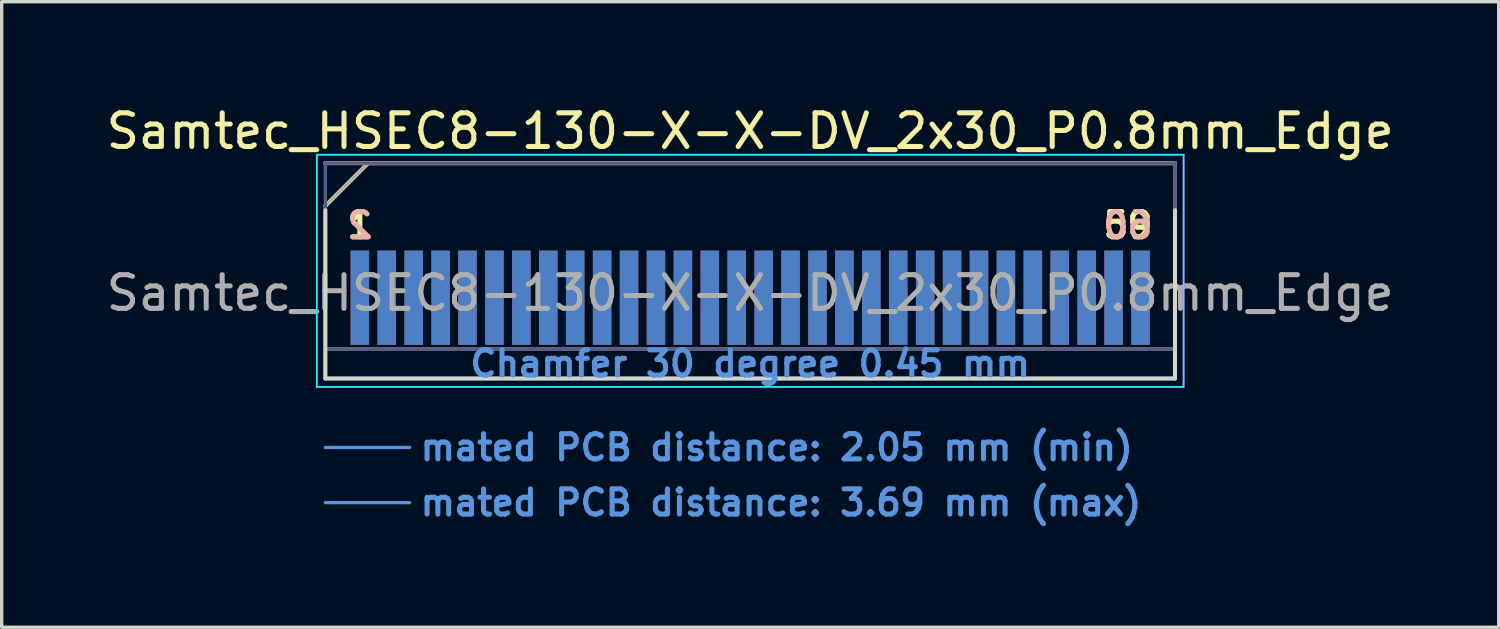
<source format=kicad_pcb>
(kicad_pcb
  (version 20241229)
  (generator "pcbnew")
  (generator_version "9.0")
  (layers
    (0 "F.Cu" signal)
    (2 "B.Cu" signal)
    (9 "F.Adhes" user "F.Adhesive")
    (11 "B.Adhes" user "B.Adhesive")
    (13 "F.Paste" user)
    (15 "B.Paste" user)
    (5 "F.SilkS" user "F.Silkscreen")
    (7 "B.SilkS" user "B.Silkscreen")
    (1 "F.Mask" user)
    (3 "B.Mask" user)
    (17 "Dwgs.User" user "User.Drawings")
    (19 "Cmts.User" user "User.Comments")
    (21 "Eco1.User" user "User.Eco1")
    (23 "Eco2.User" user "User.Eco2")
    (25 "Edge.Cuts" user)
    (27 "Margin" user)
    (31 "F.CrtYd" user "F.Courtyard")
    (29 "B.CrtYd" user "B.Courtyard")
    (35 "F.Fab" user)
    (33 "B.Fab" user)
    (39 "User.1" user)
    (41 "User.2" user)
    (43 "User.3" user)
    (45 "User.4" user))
  (footprint "Samtec_HSEC8-130-X-X-DV_2x30_P0.8mm_Edge"
    (layer "F.Cu")
    (at 19.244 8.198)
    (property "Reference" "Samtec_HSEC8-130-X-X-DV_2x30_P0.8mm_Edge" (at 0 -7.35 0) (layer "F.SilkS") (effects (font (size 1 1) (thickness 0.15))))
    (attr exclude_from_pos_files exclude_from_bom)
    (fp_line (start -12.625 -5.13) (end -11.355 -6.4) (stroke (width 0.12) (type solid)) (layer "F.SilkS"))
    (fp_line (start -11.355 -6.4) (end 12.625 -6.4) (stroke (width 0.12) (type solid)) (layer "F.SilkS"))
    (fp_line (start -12.625 -6.4) (end -12.625 -6.4) (stroke (width 0.12) (type solid)) (layer "B.SilkS"))
    (fp_line (start -12.625 -6.4) (end 12.625 -6.4) (stroke (width 0.12) (type solid)) (layer "B.SilkS"))
    (fp_line (start -12.625 2.05) (end -10.125 2.05) (stroke (width 0.1) (type solid)) (layer "Cmts.User"))
    (fp_line (start -12.625 3.69) (end -10.125 3.69) (stroke (width 0.1) (type solid)) (layer "Cmts.User"))
    (fp_line (start -12.625 -5) (end -12.625 0) (stroke (width 0.12) (type solid)) (layer "Edge.Cuts"))
    (fp_line (start -12.625 0) (end 12.625 0) (stroke (width 0.12) (type solid)) (layer "Edge.Cuts"))
    (fp_line (start 12.625 0) (end 12.625 -5) (stroke (width 0.12) (type solid)) (layer "Edge.Cuts"))
    (fp_line (start -12.88 -6.65) (end -12.88 0.25) (stroke (width 0.05) (type solid)) (layer "B.CrtYd"))
    (fp_line (start -12.88 0.25) (end 12.88 0.25) (stroke (width 0.05) (type solid)) (layer "B.CrtYd"))
    (fp_line (start 12.88 -6.65) (end -12.88 -6.65) (stroke (width 0.05) (type solid)) (layer "B.CrtYd"))
    (fp_line (start 12.88 0.25) (end 12.88 -6.65) (stroke (width 0.05) (type solid)) (layer "B.CrtYd"))
    (fp_line (start -12.88 -6.65) (end -12.88 0.25) (stroke (width 0.05) (type solid)) (layer "F.CrtYd"))
    (fp_line (start -12.88 0.25) (end 12.88 0.25) (stroke (width 0.05) (type solid)) (layer "F.CrtYd"))
    (fp_line (start 12.88 -6.65) (end -12.88 -6.65) (stroke (width 0.05) (type solid)) (layer "F.CrtYd"))
    (fp_line (start 12.88 0.25) (end 12.88 -6.65) (stroke (width 0.05) (type solid)) (layer "F.CrtYd"))
    (fp_line (start -12.625 -6.4) (end -12.625 -6.4) (stroke (width 0.1) (type solid)) (layer "B.Fab"))
    (fp_line (start -12.625 -6.4) (end -12.625 0) (stroke (width 0.1) (type solid)) (layer "B.Fab"))
    (fp_line (start -12.625 -6.4) (end 12.625 -6.4) (stroke (width 0.1) (type solid)) (layer "B.Fab"))
    (fp_line (start -12.625 -0.88) (end 12.625 -0.88) (stroke (width 0.1) (type solid)) (layer "B.Fab"))
    (fp_line (start -12.625 0) (end 12.625 0) (stroke (width 0.1) (type solid)) (layer "B.Fab"))
    (fp_line (start 12.625 -6.4) (end 12.625 0) (stroke (width 0.1) (type solid)) (layer "B.Fab"))
    (fp_line (start -12.625 -5.13) (end -12.625 0) (stroke (width 0.1) (type solid)) (layer "F.Fab"))
    (fp_line (start -12.625 -5.13) (end -11.355 -6.4) (stroke (width 0.1) (type solid)) (layer "F.Fab"))
    (fp_line (start -12.625 -0.88) (end 12.625 -0.88) (stroke (width 0.1) (type solid)) (layer "F.Fab"))
    (fp_line (start -12.625 0) (end 12.625 0) (stroke (width 0.1) (type solid)) (layer "F.Fab"))
    (fp_line (start -11.355 -6.4) (end 12.625 -6.4) (stroke (width 0.1) (type solid)) (layer "F.Fab"))
    (fp_line (start 12.625 -6.4) (end 12.625 0) (stroke (width 0.1) (type solid)) (layer "F.Fab"))
    (fp_text user "1" (at -11.6 -4.55 0) (layer "F.SilkS") (effects (font (size 0.75 0.75) (thickness 0.15))))
    (fp_text user "59" (at 11.225 -4.55 0) (layer "F.SilkS") (effects (font (size 0.75 0.75) (thickness 0.15))))
    (fp_text user "60" (at 11.225 -4.55 0) (layer "B.SilkS") (effects (font (size 0.75 0.75) (thickness 0.15)) (justify mirror)))
    (fp_text user "2" (at -11.6 -4.55 0) (layer "B.SilkS") (effects (font (size 0.75 0.75) (thickness 0.15)) (justify mirror)))
    (fp_text user "mated PCB distance: 3.69 mm (max)" (at -9.88 3.69 0) (layer "Cmts.User") (effects (font (size 0.75 0.75) (thickness 0.15)) (justify left)))
    (fp_text user "mated PCB distance: 2.05 mm (min)" (at -9.88 2.05 0) (layer "Cmts.User") (effects (font (size 0.75 0.75) (thickness 0.15)) (justify left)))
    (fp_text user "Chamfer 30 degree 0.45 mm" (at 0 -0.44 0) (layer "Cmts.User") (effects (font (size 0.75 0.75) (thickness 0.15))))
    (fp_text user "${REFERENCE}" (at 0 -2.54 0) (layer "F.Fab") (effects (font (size 1 1) (thickness 0.15))))
    (pad "1" connect rect (at -11.6 -2.4) (size 0.55 2.8) (layers "F.Cu" "F.Mask"))
    (pad "2" connect rect (at -11.6 -2.4) (size 0.55 2.8) (layers "B.Cu" "B.Mask"))
    (pad "3" connect rect (at -10.8 -2.4) (size 0.55 2.8) (layers "F.Cu" "F.Mask"))
    (pad "4" connect rect (at -10.8 -2.4) (size 0.55 2.8) (layers "B.Cu" "B.Mask"))
    (pad "5" connect rect (at -10 -2.4) (size 0.55 2.8) (layers "F.Cu" "F.Mask"))
    (pad "6" connect rect (at -10 -2.4) (size 0.55 2.8) (layers "B.Cu" "B.Mask"))
    (pad "7" connect rect (at -9.2 -2.4) (size 0.55 2.8) (layers "F.Cu" "F.Mask"))
    (pad "8" connect rect (at -9.2 -2.4) (size 0.55 2.8) (layers "B.Cu" "B.Mask"))
    (pad "9" connect rect (at -8.4 -2.4) (size 0.55 2.8) (layers "F.Cu" "F.Mask"))
    (pad "10" connect rect (at -8.4 -2.4) (size 0.55 2.8) (layers "B.Cu" "B.Mask"))
    (pad "11" connect rect (at -7.6 -2.4) (size 0.55 2.8) (layers "F.Cu" "F.Mask"))
    (pad "12" connect rect (at -7.6 -2.4) (size 0.55 2.8) (layers "B.Cu" "B.Mask"))
    (pad "13" connect rect (at -6.8 -2.4) (size 0.55 2.8) (layers "F.Cu" "F.Mask"))
    (pad "14" connect rect (at -6.8 -2.4) (size 0.55 2.8) (layers "B.Cu" "B.Mask"))
    (pad "15" connect rect (at -6 -2.4) (size 0.55 2.8) (layers "F.Cu" "F.Mask"))
    (pad "16" connect rect (at -6 -2.4) (size 0.55 2.8) (layers "B.Cu" "B.Mask"))
    (pad "17" connect rect (at -5.2 -2.4) (size 0.55 2.8) (layers "F.Cu" "F.Mask"))
    (pad "18" connect rect (at -5.2 -2.4) (size 0.55 2.8) (layers "B.Cu" "B.Mask"))
    (pad "19" connect rect (at -4.4 -2.4) (size 0.55 2.8) (layers "F.Cu" "F.Mask"))
    (pad "20" connect rect (at -4.4 -2.4) (size 0.55 2.8) (layers "B.Cu" "B.Mask"))
    (pad "21" connect rect (at -3.6 -2.4) (size 0.55 2.8) (layers "F.Cu" "F.Mask"))
    (pad "22" connect rect (at -3.6 -2.4) (size 0.55 2.8) (layers "B.Cu" "B.Mask"))
    (pad "23" connect rect (at -2.8 -2.4) (size 0.55 2.8) (layers "F.Cu" "F.Mask"))
    (pad "24" connect rect (at -2.8 -2.4) (size 0.55 2.8) (layers "B.Cu" "B.Mask"))
    (pad "25" connect rect (at -2 -2.4) (size 0.55 2.8) (layers "F.Cu" "F.Mask"))
    (pad "26" connect rect (at -2 -2.4) (size 0.55 2.8) (layers "B.Cu" "B.Mask"))
    (pad "27" connect rect (at -1.2 -2.4) (size 0.55 2.8) (layers "F.Cu" "F.Mask"))
    (pad "28" connect rect (at -1.2 -2.4) (size 0.55 2.8) (layers "B.Cu" "B.Mask"))
    (pad "29" connect rect (at -0.4 -2.4) (size 0.55 2.8) (layers "F.Cu" "F.Mask"))
    (pad "30" connect rect (at -0.4 -2.4) (size 0.55 2.8) (layers "B.Cu" "B.Mask"))
    (pad "31" connect rect (at 0.4 -2.4) (size 0.55 2.8) (layers "F.Cu" "F.Mask"))
    (pad "32" connect rect (at 0.4 -2.4) (size 0.55 2.8) (layers "B.Cu" "B.Mask"))
    (pad "33" connect rect (at 1.2 -2.4) (size 0.55 2.8) (layers "F.Cu" "F.Mask"))
    (pad "34" connect rect (at 1.2 -2.4) (size 0.55 2.8) (layers "B.Cu" "B.Mask"))
    (pad "35" connect rect (at 2 -2.4) (size 0.55 2.8) (layers "F.Cu" "F.Mask"))
    (pad "36" connect rect (at 2 -2.4) (size 0.55 2.8) (layers "B.Cu" "B.Mask"))
    (pad "37" connect rect (at 2.8 -2.4) (size 0.55 2.8) (layers "F.Cu" "F.Mask"))
    (pad "38" connect rect (at 2.8 -2.4) (size 0.55 2.8) (layers "B.Cu" "B.Mask"))
    (pad "39" connect rect (at 3.6 -2.4) (size 0.55 2.8) (layers "F.Cu" "F.Mask"))
    (pad "40" connect rect (at 3.6 -2.4) (size 0.55 2.8) (layers "B.Cu" "B.Mask"))
    (pad "41" connect rect (at 4.4 -2.4) (size 0.55 2.8) (layers "F.Cu" "F.Mask"))
    (pad "42" connect rect (at 4.4 -2.4) (size 0.55 2.8) (layers "B.Cu" "B.Mask"))
    (pad "43" connect rect (at 5.2 -2.4) (size 0.55 2.8) (layers "F.Cu" "F.Mask"))
    (pad "44" connect rect (at 5.2 -2.4) (size 0.55 2.8) (layers "B.Cu" "B.Mask"))
    (pad "45" connect rect (at 6 -2.4) (size 0.55 2.8) (layers "F.Cu" "F.Mask"))
    (pad "46" connect rect (at 6 -2.4) (size 0.55 2.8) (layers "B.Cu" "B.Mask"))
    (pad "47" connect rect (at 6.8 -2.4) (size 0.55 2.8) (layers "F.Cu" "F.Mask"))
    (pad "48" connect rect (at 6.8 -2.4) (size 0.55 2.8) (layers "B.Cu" "B.Mask"))
    (pad "49" connect rect (at 7.6 -2.4) (size 0.55 2.8) (layers "F.Cu" "F.Mask"))
    (pad "50" connect rect (at 7.6 -2.4) (size 0.55 2.8) (layers "B.Cu" "B.Mask"))
    (pad "51" connect rect (at 8.4 -2.4) (size 0.55 2.8) (layers "F.Cu" "F.Mask"))
    (pad "52" connect rect (at 8.4 -2.4) (size 0.55 2.8) (layers "B.Cu" "B.Mask"))
    (pad "53" connect rect (at 9.2 -2.4) (size 0.55 2.8) (layers "F.Cu" "F.Mask"))
    (pad "54" connect rect (at 9.2 -2.4) (size 0.55 2.8) (layers "B.Cu" "B.Mask"))
    (pad "55" connect rect (at 10 -2.4) (size 0.55 2.8) (layers "F.Cu" "F.Mask"))
    (pad "56" connect rect (at 10 -2.4) (size 0.55 2.8) (layers "B.Cu" "B.Mask"))
    (pad "57" connect rect (at 10.8 -2.4) (size 0.55 2.8) (layers "F.Cu" "F.Mask"))
    (pad "58" connect rect (at 10.8 -2.4) (size 0.55 2.8) (layers "B.Cu" "B.Mask"))
    (pad "59" connect rect (at 11.6 -2.4) (size 0.55 2.8) (layers "F.Cu" "F.Mask"))
    (pad "60" connect rect (at 11.6 -2.4) (size 0.55 2.8) (layers "B.Cu" "B.Mask")))
  (gr_rect
    (start -3 -3)
    (end 41.488 15.59)
    (stroke (width 0.1) (type default))
    (fill no)
    (layer "Edge.Cuts")))
</source>
